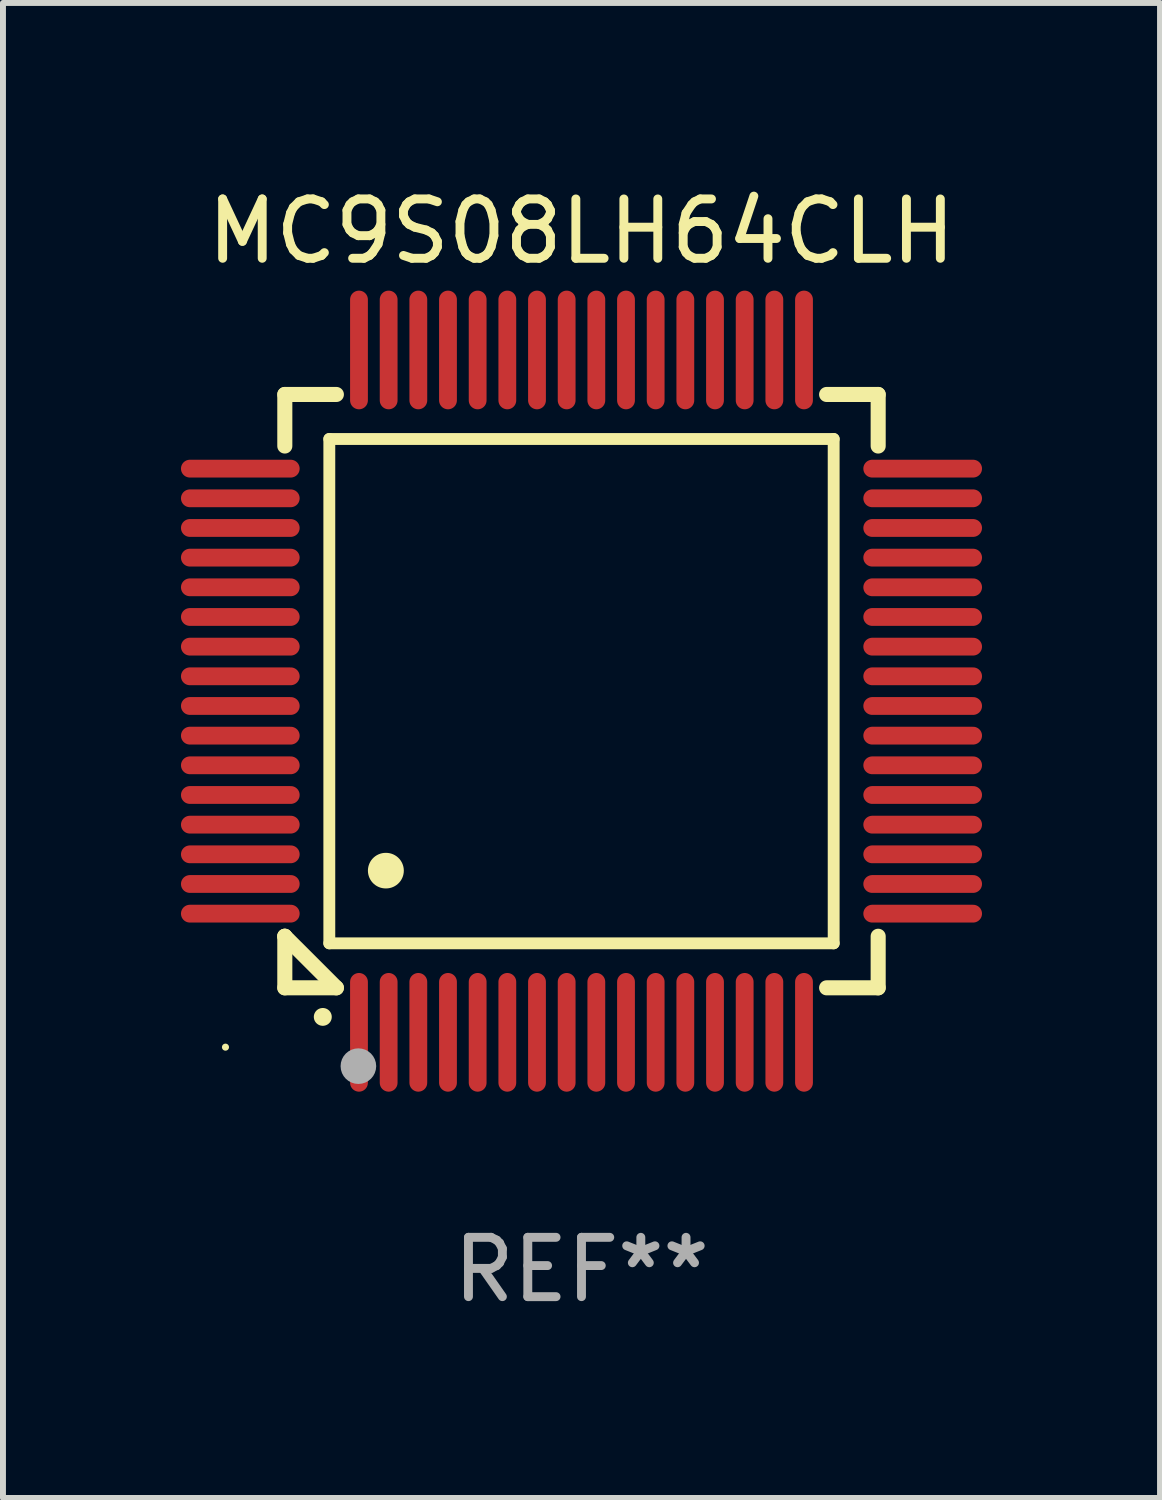
<source format=kicad_pcb>
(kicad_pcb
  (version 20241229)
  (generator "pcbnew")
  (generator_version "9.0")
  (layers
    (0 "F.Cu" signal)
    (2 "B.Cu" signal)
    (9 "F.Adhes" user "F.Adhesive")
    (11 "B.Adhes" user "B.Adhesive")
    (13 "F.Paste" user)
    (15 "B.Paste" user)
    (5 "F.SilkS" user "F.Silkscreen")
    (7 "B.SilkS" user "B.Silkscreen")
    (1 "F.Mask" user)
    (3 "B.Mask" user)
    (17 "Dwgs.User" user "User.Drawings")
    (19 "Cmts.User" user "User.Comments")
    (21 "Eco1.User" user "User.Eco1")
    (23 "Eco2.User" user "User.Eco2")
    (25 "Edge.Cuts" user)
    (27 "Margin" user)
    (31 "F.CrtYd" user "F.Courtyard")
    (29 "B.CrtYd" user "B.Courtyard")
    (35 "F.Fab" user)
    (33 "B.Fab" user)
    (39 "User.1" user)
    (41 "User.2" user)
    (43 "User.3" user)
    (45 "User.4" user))
  (footprint "MC9S08LH64CLH"
    (layer "F.Cu")
    (at 6.75 8.598)
    (property "Reference" "MC9S08LH64CLH" (at 0 -7.75 0) (layer "F.SilkS") (effects (font (size 1 1) (thickness 0.15))))
    (attr through_hole)
    (fp_line (start -5 -5) (end -4.131 -5) (stroke (width 0.254) (type solid)) (layer "F.SilkS"))
    (fp_line (start -5 -4.131) (end -5 -5) (stroke (width 0.254) (type solid)) (layer "F.SilkS"))
    (fp_line (start -5 4.131) (end -5 4.131) (stroke (width 0.254) (type solid)) (layer "F.SilkS"))
    (fp_line (start -5 5) (end -5 4.131) (stroke (width 0.254) (type solid)) (layer "F.SilkS"))
    (fp_line (start -5 4.131) (end -4.131 5) (stroke (width 0.254) (type solid)) (layer "F.SilkS"))
    (fp_line (start -4.25 -4.25) (end -4.25 4.25) (stroke (width 0.2) (type solid)) (layer "F.SilkS"))
    (fp_line (start -4.25 4.25) (end 4.25 4.25) (stroke (width 0.2) (type solid)) (layer "F.SilkS"))
    (fp_line (start -4.131 5) (end -5 5) (stroke (width 0.254) (type solid)) (layer "F.SilkS"))
    (fp_line (start 4.25 -4.25) (end -4.25 -4.25) (stroke (width 0.2) (type solid)) (layer "F.SilkS"))
    (fp_line (start 4.25 4.25) (end 4.25 -4.25) (stroke (width 0.2) (type solid)) (layer "F.SilkS"))
    (fp_line (start 5 -5) (end 4.131 -5) (stroke (width 0.254) (type solid)) (layer "F.SilkS"))
    (fp_line (start 5 -5) (end 5 -4.131) (stroke (width 0.254) (type solid)) (layer "F.SilkS"))
    (fp_line (start 5 4.131) (end 5 5) (stroke (width 0.254) (type solid)) (layer "F.SilkS"))
    (fp_line (start 5 5) (end 4.131 5) (stroke (width 0.254) (type solid)) (layer "F.SilkS"))
    (fp_arc (start -4.361265 5.489992) (mid -4.359995 5.489987) (end -4.358725 5.489992) (stroke (width 0.3) (type solid)) (layer "F.SilkS"))
    (fp_arc (start -3.299467 3.025146) (mid -3.296927 3.025135) (end -3.294387 3.025146) (stroke (width 0.6) (type solid)) (layer "F.SilkS"))
    (fp_circle (center -6 6) (end -5.97 6) (stroke (width 0.06) (type solid)) (fill no) (layer "F.SilkS"))
    (fp_circle (center -3.76 6.32) (end -3.61 6.32) (stroke (width 0.3) (type solid)) (fill no) (layer "F.Fab"))
    (fp_text user "REF**" (at 0 9.75 0) (layer "F.Fab") (effects (font (size 1 1) (thickness 0.15))))
    (pad "1" smd oval (at -3.75 5.75) (size 0.3 2) (layers "F.Cu" "F.Mask" "F.Paste"))
    (pad "2" smd oval (at -3.25 5.75) (size 0.3 2) (layers "F.Cu" "F.Mask" "F.Paste"))
    (pad "3" smd oval (at -2.75 5.75) (size 0.3 2) (layers "F.Cu" "F.Mask" "F.Paste"))
    (pad "4" smd oval (at -2.25 5.75) (size 0.3 2) (layers "F.Cu" "F.Mask" "F.Paste"))
    (pad "5" smd oval (at -1.75 5.75) (size 0.3 2) (layers "F.Cu" "F.Mask" "F.Paste"))
    (pad "6" smd oval (at -1.25 5.75) (size 0.3 2) (layers "F.Cu" "F.Mask" "F.Paste"))
    (pad "7" smd oval (at -0.75 5.75) (size 0.3 2) (layers "F.Cu" "F.Mask" "F.Paste"))
    (pad "8" smd oval (at -0.25 5.75) (size 0.3 2) (layers "F.Cu" "F.Mask" "F.Paste"))
    (pad "9" smd oval (at 0.25 5.75) (size 0.3 2) (layers "F.Cu" "F.Mask" "F.Paste"))
    (pad "10" smd oval (at 0.75 5.75) (size 0.3 2) (layers "F.Cu" "F.Mask" "F.Paste"))
    (pad "11" smd oval (at 1.25 5.75) (size 0.3 2) (layers "F.Cu" "F.Mask" "F.Paste"))
    (pad "12" smd oval (at 1.75 5.75) (size 0.3 2) (layers "F.Cu" "F.Mask" "F.Paste"))
    (pad "13" smd oval (at 2.25 5.75) (size 0.3 2) (layers "F.Cu" "F.Mask" "F.Paste"))
    (pad "14" smd oval (at 2.75 5.75) (size 0.3 2) (layers "F.Cu" "F.Mask" "F.Paste"))
    (pad "15" smd oval (at 3.25 5.75) (size 0.3 2) (layers "F.Cu" "F.Mask" "F.Paste"))
    (pad "16" smd oval (at 3.75 5.75) (size 0.3 2) (layers "F.Cu" "F.Mask" "F.Paste"))
    (pad "17" smd oval (at 5.75 3.75) (size 2 0.3) (layers "F.Cu" "F.Mask" "F.Paste"))
    (pad "18" smd oval (at 5.75 3.25) (size 2 0.3) (layers "F.Cu" "F.Mask" "F.Paste"))
    (pad "19" smd oval (at 5.75 2.75) (size 2 0.3) (layers "F.Cu" "F.Mask" "F.Paste"))
    (pad "20" smd oval (at 5.75 2.25) (size 2 0.3) (layers "F.Cu" "F.Mask" "F.Paste"))
    (pad "21" smd oval (at 5.75 1.75) (size 2 0.3) (layers "F.Cu" "F.Mask" "F.Paste"))
    (pad "22" smd oval (at 5.75 1.25) (size 2 0.3) (layers "F.Cu" "F.Mask" "F.Paste"))
    (pad "23" smd oval (at 5.75 0.75) (size 2 0.3) (layers "F.Cu" "F.Mask" "F.Paste"))
    (pad "24" smd oval (at 5.75 0.25) (size 2 0.3) (layers "F.Cu" "F.Mask" "F.Paste"))
    (pad "25" smd oval (at 5.75 -0.25) (size 2 0.3) (layers "F.Cu" "F.Mask" "F.Paste"))
    (pad "26" smd oval (at 5.75 -0.75) (size 2 0.3) (layers "F.Cu" "F.Mask" "F.Paste"))
    (pad "27" smd oval (at 5.75 -1.25) (size 2 0.3) (layers "F.Cu" "F.Mask" "F.Paste"))
    (pad "28" smd oval (at 5.75 -1.75) (size 2 0.3) (layers "F.Cu" "F.Mask" "F.Paste"))
    (pad "29" smd oval (at 5.75 -2.25) (size 2 0.3) (layers "F.Cu" "F.Mask" "F.Paste"))
    (pad "30" smd oval (at 5.75 -2.75) (size 2 0.3) (layers "F.Cu" "F.Mask" "F.Paste"))
    (pad "31" smd oval (at 5.75 -3.25) (size 2 0.3) (layers "F.Cu" "F.Mask" "F.Paste"))
    (pad "32" smd oval (at 5.75 -3.75) (size 2 0.3) (layers "F.Cu" "F.Mask" "F.Paste"))
    (pad "33" smd oval (at 3.75 -5.75) (size 0.3 2) (layers "F.Cu" "F.Mask" "F.Paste"))
    (pad "34" smd oval (at 3.25 -5.75) (size 0.3 2) (layers "F.Cu" "F.Mask" "F.Paste"))
    (pad "35" smd oval (at 2.75 -5.75) (size 0.3 2) (layers "F.Cu" "F.Mask" "F.Paste"))
    (pad "36" smd oval (at 2.25 -5.75) (size 0.3 2) (layers "F.Cu" "F.Mask" "F.Paste"))
    (pad "37" smd oval (at 1.75 -5.75) (size 0.3 2) (layers "F.Cu" "F.Mask" "F.Paste"))
    (pad "38" smd oval (at 1.25 -5.75) (size 0.3 2) (layers "F.Cu" "F.Mask" "F.Paste"))
    (pad "39" smd oval (at 0.75 -5.75) (size 0.3 2) (layers "F.Cu" "F.Mask" "F.Paste"))
    (pad "40" smd oval (at 0.25 -5.75) (size 0.3 2) (layers "F.Cu" "F.Mask" "F.Paste"))
    (pad "41" smd oval (at -0.25 -5.75) (size 0.3 2) (layers "F.Cu" "F.Mask" "F.Paste"))
    (pad "42" smd oval (at -0.75 -5.75) (size 0.3 2) (layers "F.Cu" "F.Mask" "F.Paste"))
    (pad "43" smd oval (at -1.25 -5.75) (size 0.3 2) (layers "F.Cu" "F.Mask" "F.Paste"))
    (pad "44" smd oval (at -1.75 -5.75) (size 0.3 2) (layers "F.Cu" "F.Mask" "F.Paste"))
    (pad "45" smd oval (at -2.25 -5.75) (size 0.3 2) (layers "F.Cu" "F.Mask" "F.Paste"))
    (pad "46" smd oval (at -2.75 -5.75) (size 0.3 2) (layers "F.Cu" "F.Mask" "F.Paste"))
    (pad "47" smd oval (at -3.25 -5.75) (size 0.3 2) (layers "F.Cu" "F.Mask" "F.Paste"))
    (pad "48" smd oval (at -3.75 -5.75) (size 0.3 2) (layers "F.Cu" "F.Mask" "F.Paste"))
    (pad "49" smd oval (at -5.75 -3.75) (size 2 0.3) (layers "F.Cu" "F.Mask" "F.Paste"))
    (pad "50" smd oval (at -5.75 -3.25) (size 2 0.3) (layers "F.Cu" "F.Mask" "F.Paste"))
    (pad "51" smd oval (at -5.75 -2.75) (size 2 0.3) (layers "F.Cu" "F.Mask" "F.Paste"))
    (pad "52" smd oval (at -5.75 -2.25) (size 2 0.3) (layers "F.Cu" "F.Mask" "F.Paste"))
    (pad "53" smd oval (at -5.75 -1.75) (size 2 0.3) (layers "F.Cu" "F.Mask" "F.Paste"))
    (pad "54" smd oval (at -5.75 -1.25) (size 2 0.3) (layers "F.Cu" "F.Mask" "F.Paste"))
    (pad "55" smd oval (at -5.75 -0.75) (size 2 0.3) (layers "F.Cu" "F.Mask" "F.Paste"))
    (pad "56" smd oval (at -5.75 -0.25) (size 2 0.3) (layers "F.Cu" "F.Mask" "F.Paste"))
    (pad "57" smd oval (at -5.75 0.25) (size 2 0.3) (layers "F.Cu" "F.Mask" "F.Paste"))
    (pad "58" smd oval (at -5.75 0.75) (size 2 0.3) (layers "F.Cu" "F.Mask" "F.Paste"))
    (pad "59" smd oval (at -5.75 1.25) (size 2 0.3) (layers "F.Cu" "F.Mask" "F.Paste"))
    (pad "60" smd oval (at -5.75 1.75) (size 2 0.3) (layers "F.Cu" "F.Mask" "F.Paste"))
    (pad "61" smd oval (at -5.75 2.25) (size 2 0.3) (layers "F.Cu" "F.Mask" "F.Paste"))
    (pad "62" smd oval (at -5.75 2.75) (size 2 0.3) (layers "F.Cu" "F.Mask" "F.Paste"))
    (pad "63" smd oval (at -5.75 3.25) (size 2 0.3) (layers "F.Cu" "F.Mask" "F.Paste"))
    (pad "64" smd oval (at -5.75 3.75) (size 2 0.3) (layers "F.Cu" "F.Mask" "F.Paste")))
  (gr_rect
    (start -3 -3)
    (end 16.5 22.196)
    (stroke (width 0.1) (type default))
    (fill no)
    (layer "Edge.Cuts")))
</source>
